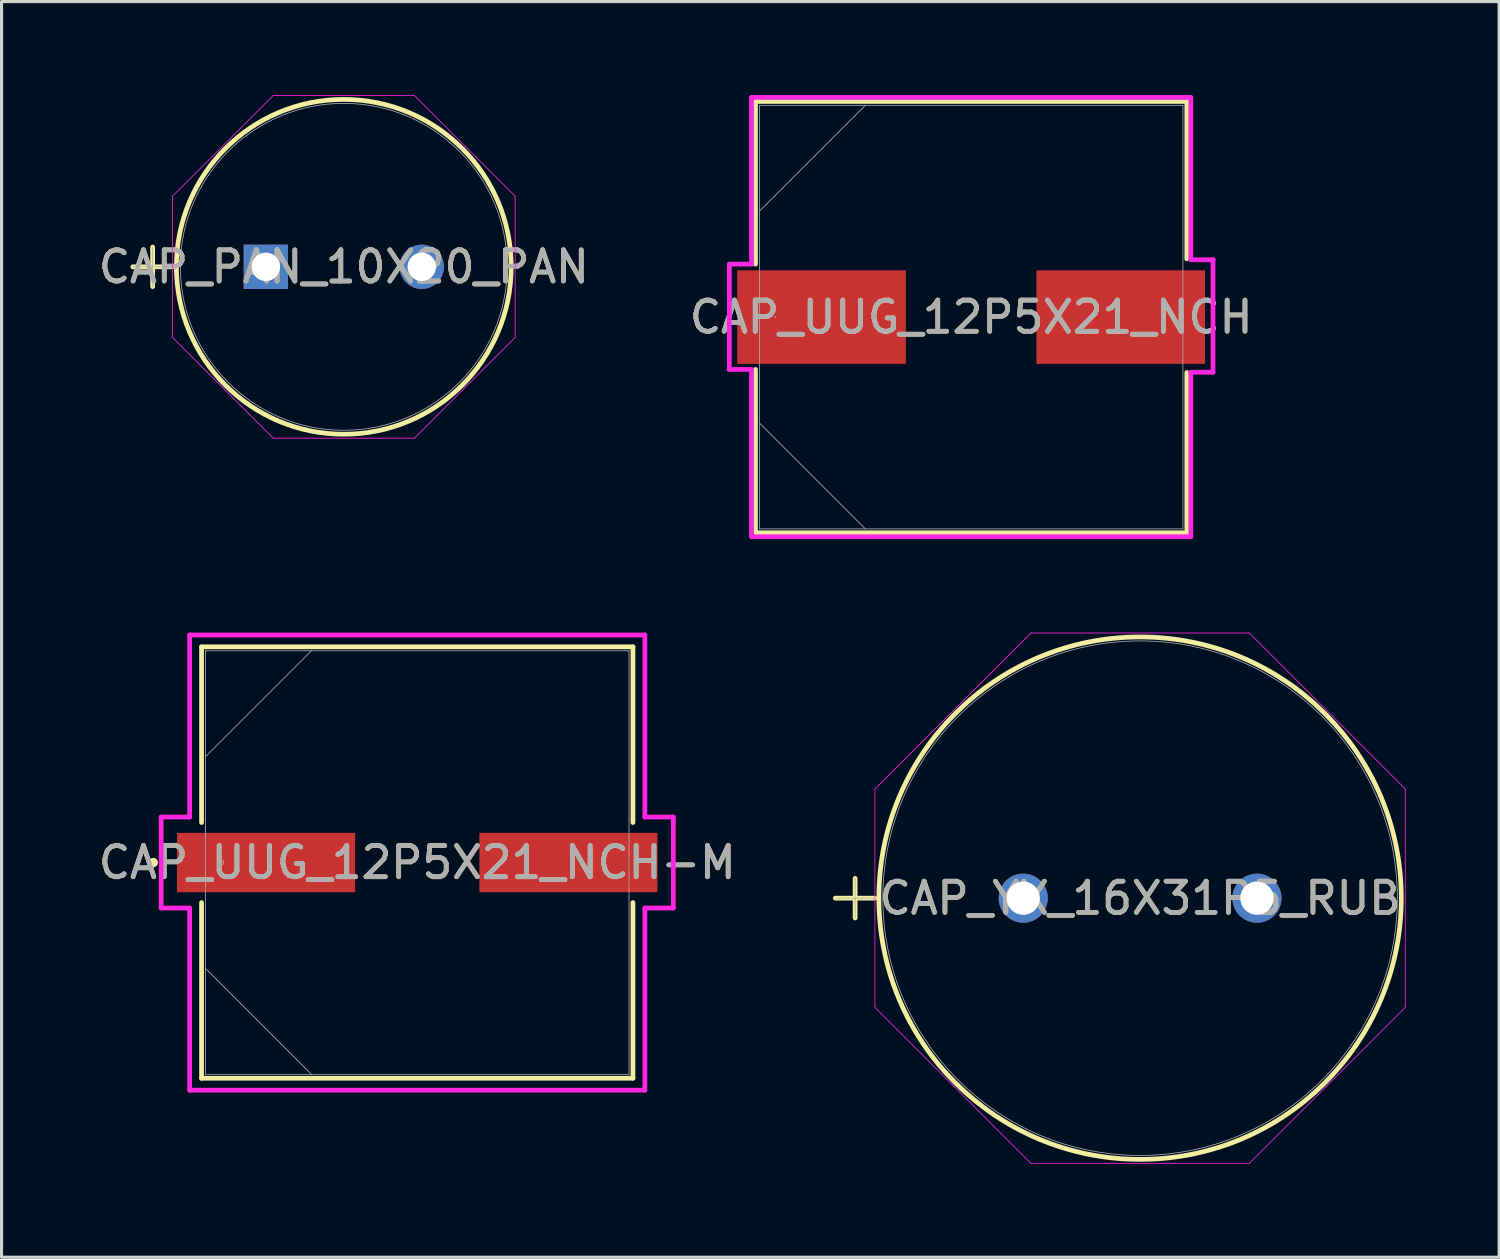
<source format=kicad_pcb>
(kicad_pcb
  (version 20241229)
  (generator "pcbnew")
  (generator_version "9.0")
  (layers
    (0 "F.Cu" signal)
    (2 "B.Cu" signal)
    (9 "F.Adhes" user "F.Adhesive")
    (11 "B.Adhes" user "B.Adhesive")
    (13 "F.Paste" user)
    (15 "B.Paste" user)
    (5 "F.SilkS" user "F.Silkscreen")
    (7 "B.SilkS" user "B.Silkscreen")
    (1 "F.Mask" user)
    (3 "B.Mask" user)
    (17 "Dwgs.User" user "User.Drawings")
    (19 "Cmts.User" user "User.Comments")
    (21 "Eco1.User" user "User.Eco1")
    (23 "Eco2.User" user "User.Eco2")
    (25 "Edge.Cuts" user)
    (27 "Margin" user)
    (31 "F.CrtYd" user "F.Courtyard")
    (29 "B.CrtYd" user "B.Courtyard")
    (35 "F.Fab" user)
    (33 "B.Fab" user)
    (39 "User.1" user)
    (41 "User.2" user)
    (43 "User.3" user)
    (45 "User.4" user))
  (footprint "CAP_PAN_10X20_PAN"
    (layer "F.Cu")
    (at 5.48 5.512)
    (property "Reference" "CAP_PAN_10X20_PAN" (at 2.502 0 0) (unlocked yes) (layer "F.SilkS") (effects (font (size 1 1) (thickness 0.15))))
    (attr through_hole)
    (fp_line (start -4.267 0) (end -2.997 0) (stroke (width 0.152) (type solid)) (layer "F.SilkS"))
    (fp_line (start -3.632 -0.635) (end -3.632 0.635) (stroke (width 0.152) (type solid)) (layer "F.SilkS"))
    (fp_circle (center 2.502 0) (end 7.874 0) (stroke (width 0.152) (type solid)) (fill no) (layer "F.SilkS"))
    (fp_line (start -2.997 -2.264) (end 0.238 -5.499) (stroke (width 0.025) (type solid)) (layer "F.CrtYd"))
    (fp_line (start -2.997 2.264) (end -2.997 -2.264) (stroke (width 0.025) (type solid)) (layer "F.CrtYd"))
    (fp_line (start 0.238 -5.499) (end 4.766 -5.499) (stroke (width 0.025) (type solid)) (layer "F.CrtYd"))
    (fp_line (start 0.238 5.499) (end -2.997 2.264) (stroke (width 0.025) (type solid)) (layer "F.CrtYd"))
    (fp_line (start 4.766 -5.499) (end 8.001 -2.264) (stroke (width 0.025) (type solid)) (layer "F.CrtYd"))
    (fp_line (start 4.766 5.499) (end 0.238 5.499) (stroke (width 0.025) (type solid)) (layer "F.CrtYd"))
    (fp_line (start 8.001 -2.264) (end 8.001 2.264) (stroke (width 0.025) (type solid)) (layer "F.CrtYd"))
    (fp_line (start 8.001 2.264) (end 4.766 5.499) (stroke (width 0.025) (type solid)) (layer "F.CrtYd"))
    (fp_line (start -4.267 0) (end -2.997 0) (stroke (width 0.025) (type solid)) (layer "F.Fab"))
    (fp_line (start -3.632 -0.635) (end -3.632 0.635) (stroke (width 0.025) (type solid)) (layer "F.Fab"))
    (fp_circle (center 2.502 0) (end 7.747 0) (stroke (width 0.025) (type solid)) (fill no) (layer "F.Fab"))
    (fp_text user "${REFERENCE}" (at 2.502 0 0) (unlocked yes) (layer "F.Fab") (effects (font (size 1 1) (thickness 0.15))))
    (pad "1" thru_hole rect (at 0 0) (size 1.422 1.422) (drill 0.914) (layers "*.Cu" "*.Mask"))
    (pad "2" thru_hole circle (at 5.004 0) (size 1.422 1.422) (drill 0.914) (layers "*.Cu" "*.Mask")))
  (footprint "CAP_YX_16X31P5_RUB"
    (layer "F.Cu")
    (at 29.784 25.771)
    (property "Reference" "CAP_YX_16X31P5_RUB" (at 3.75 0 0) (unlocked yes) (layer "F.SilkS") (effects (font (size 1 1) (thickness 0.15))))
    (attr through_hole)
    (fp_line (start -6.029 0) (end -4.759 0) (stroke (width 0.152) (type solid)) (layer "F.SilkS"))
    (fp_line (start -5.394 -0.635) (end -5.394 0.635) (stroke (width 0.152) (type solid)) (layer "F.SilkS"))
    (fp_circle (center 3.75 0) (end 12.132 0) (stroke (width 0.152) (type solid)) (fill no) (layer "F.SilkS"))
    (fp_line (start -4.759 -3.504) (end 0.246 -8.509) (stroke (width 0.025) (type solid)) (layer "F.CrtYd"))
    (fp_line (start -4.759 3.504) (end -4.759 -3.504) (stroke (width 0.025) (type solid)) (layer "F.CrtYd"))
    (fp_line (start 0.246 -8.509) (end 7.254 -8.509) (stroke (width 0.025) (type solid)) (layer "F.CrtYd"))
    (fp_line (start 0.246 8.509) (end -4.759 3.504) (stroke (width 0.025) (type solid)) (layer "F.CrtYd"))
    (fp_line (start 7.254 -8.509) (end 12.259 -3.504) (stroke (width 0.025) (type solid)) (layer "F.CrtYd"))
    (fp_line (start 7.254 8.509) (end 0.246 8.509) (stroke (width 0.025) (type solid)) (layer "F.CrtYd"))
    (fp_line (start 12.259 -3.504) (end 12.259 3.504) (stroke (width 0.025) (type solid)) (layer "F.CrtYd"))
    (fp_line (start 12.259 3.504) (end 7.254 8.509) (stroke (width 0.025) (type solid)) (layer "F.CrtYd"))
    (fp_line (start -6.029 0) (end -4.759 0) (stroke (width 0.025) (type solid)) (layer "F.Fab"))
    (fp_line (start -5.394 -0.635) (end -5.394 0.635) (stroke (width 0.025) (type solid)) (layer "F.Fab"))
    (fp_circle (center 3.75 0) (end 12.005 0) (stroke (width 0.025) (type solid)) (fill no) (layer "F.Fab"))
    (fp_text user "${REFERENCE}" (at 3.75 0 0) (unlocked yes) (layer "F.Fab") (effects (font (size 1 1) (thickness 0.15))))
    (pad "1" thru_hole circle (at 0 0) (size 1.575 1.575) (drill 1.067) (layers "*.Cu" "*.Mask"))
    (pad "2" thru_hole circle (at 7.5 0) (size 1.575 1.575) (drill 1.067) (layers "*.Cu" "*.Mask")))
  (footprint "CAP_UUG_12P5X21_NCH-M"
    (layer "F.Cu")
    (at 10.339 24.628)
    (property "Reference" "CAP_UUG_12P5X21_NCH-M" (at 0 0 0) (unlocked yes) (layer "F.SilkS") (effects (font (size 1 1) (thickness 0.15))))
    (attr smd)
    (fp_line (start -6.921 -6.921) (end -6.921 -1.285) (stroke (width 0.152) (type solid)) (layer "F.SilkS"))
    (fp_line (start -6.921 1.285) (end -6.921 6.921) (stroke (width 0.152) (type solid)) (layer "F.SilkS"))
    (fp_line (start -6.921 6.921) (end 6.921 6.921) (stroke (width 0.152) (type solid)) (layer "F.SilkS"))
    (fp_line (start 6.921 -6.921) (end -6.921 -6.921) (stroke (width 0.152) (type solid)) (layer "F.SilkS"))
    (fp_line (start 6.921 -1.285) (end 6.921 -6.921) (stroke (width 0.152) (type solid)) (layer "F.SilkS"))
    (fp_line (start 6.921 6.921) (end 6.921 1.285) (stroke (width 0.152) (type solid)) (layer "F.SilkS"))
    (fp_circle (center -8.471 0) (end -8.395 0) (stroke (width 0.152) (type solid)) (fill no) (layer "F.SilkS"))
    (fp_line (start -8.217 -1.46) (end -7.303 -1.46) (stroke (width 0.152) (type solid)) (layer "F.CrtYd"))
    (fp_line (start -8.217 1.46) (end -8.217 -1.46) (stroke (width 0.152) (type solid)) (layer "F.CrtYd"))
    (fp_line (start -7.303 -7.303) (end 7.303 -7.303) (stroke (width 0.152) (type solid)) (layer "F.CrtYd"))
    (fp_line (start -7.303 -1.46) (end -7.303 -7.303) (stroke (width 0.152) (type solid)) (layer "F.CrtYd"))
    (fp_line (start -7.303 1.46) (end -8.217 1.46) (stroke (width 0.152) (type solid)) (layer "F.CrtYd"))
    (fp_line (start -7.303 7.303) (end -7.303 1.46) (stroke (width 0.152) (type solid)) (layer "F.CrtYd"))
    (fp_line (start 7.303 -7.303) (end 7.303 -1.46) (stroke (width 0.152) (type solid)) (layer "F.CrtYd"))
    (fp_line (start 7.303 -1.46) (end 8.217 -1.46) (stroke (width 0.152) (type solid)) (layer "F.CrtYd"))
    (fp_line (start 7.303 1.46) (end 7.303 7.303) (stroke (width 0.152) (type solid)) (layer "F.CrtYd"))
    (fp_line (start 7.303 7.303) (end -7.303 7.303) (stroke (width 0.152) (type solid)) (layer "F.CrtYd"))
    (fp_line (start 8.217 -1.46) (end 8.217 1.46) (stroke (width 0.152) (type solid)) (layer "F.CrtYd"))
    (fp_line (start 8.217 1.46) (end 7.303 1.46) (stroke (width 0.152) (type solid)) (layer "F.CrtYd"))
    (fp_line (start -6.795 -6.795) (end -6.795 6.795) (stroke (width 0.025) (type solid)) (layer "F.Fab"))
    (fp_line (start -6.795 -3.397) (end -3.397 -6.795) (stroke (width 0.025) (type solid)) (layer "F.Fab"))
    (fp_line (start -6.795 3.397) (end -3.397 6.795) (stroke (width 0.025) (type solid)) (layer "F.Fab"))
    (fp_line (start -6.795 6.795) (end 6.795 6.795) (stroke (width 0.025) (type solid)) (layer "F.Fab"))
    (fp_line (start 6.795 -6.795) (end -6.795 -6.795) (stroke (width 0.025) (type solid)) (layer "F.Fab"))
    (fp_line (start 6.795 6.795) (end 6.795 -6.795) (stroke (width 0.025) (type solid)) (layer "F.Fab"))
    (fp_circle (center -6.287 0) (end -6.21 0) (stroke (width 0.025) (type solid)) (fill no) (layer "F.Fab"))
    (fp_text user "${REFERENCE}" (at 0 0 0) (unlocked yes) (layer "F.Fab") (effects (font (size 1 1) (thickness 0.15))))
    (pad "1" smd rect (at -4.851 0) (size 5.715 1.905) (layers "F.Cu" "F.Mask" "F.Paste"))
    (pad "2" smd rect (at 4.851 0) (size 5.715 1.905) (layers "F.Cu" "F.Mask" "F.Paste"))
    (zone (net_name "") (layer "F.Cu") (hatch full 0.508) (connect_pads) (min_thickness 0.254) (filled_areas_thickness no) (keepout (tracks not_allowed) (vias not_allowed) (pads allowed) (copperpour not_allowed) (footprints allowed)) (placement (enabled no)) (fill) (polygon (pts (xy 3.596 17.884) (xy 17.083 17.884) (xy 17.083 23.625) (xy 3.596 23.625))))
    (zone (net_name "") (layer "F.Cu") (hatch full 0.508) (connect_pads) (min_thickness 0.254) (filled_areas_thickness no) (keepout (tracks not_allowed) (vias not_allowed) (pads allowed) (copperpour not_allowed) (footprints allowed)) (placement (enabled no)) (fill) (polygon (pts (xy 3.596 25.631) (xy 17.083 25.631) (xy 17.083 31.372) (xy 3.596 31.372))))
    (zone (net_name "") (layer "F.Cu") (hatch full 0.508) (connect_pads) (min_thickness 0.254) (filled_areas_thickness no) (keepout (tracks not_allowed) (vias not_allowed) (pads allowed) (copperpour not_allowed) (footprints allowed)) (placement (enabled no)) (fill) (polygon (pts (xy 8.396 23.625) (xy 12.282 23.625) (xy 12.282 25.631) (xy 8.396 25.631)))))
  (footprint "CAP_UUG_12P5X21_NCH"
    (layer "F.Cu")
    (at 28.113 7.125)
    (property "Reference" "CAP_UUG_12P5X21_NCH" (at 0 0 0) (unlocked yes) (layer "F.SilkS") (effects (font (size 1 1) (thickness 0.15))))
    (attr smd)
    (fp_line (start -6.921 -6.921) (end -6.921 -1.7) (stroke (width 0.152) (type solid)) (layer "F.SilkS"))
    (fp_line (start -6.921 1.68) (end -6.921 6.921) (stroke (width 0.152) (type solid)) (layer "F.SilkS"))
    (fp_line (start -6.921 6.921) (end 6.921 6.921) (stroke (width 0.152) (type solid)) (layer "F.SilkS"))
    (fp_line (start 6.921 -6.921) (end -6.921 -6.921) (stroke (width 0.152) (type solid)) (layer "F.SilkS"))
    (fp_line (start 6.921 -1.87) (end 6.921 -6.921) (stroke (width 0.152) (type solid)) (layer "F.SilkS"))
    (fp_line (start 6.921 6.921) (end 6.921 1.78) (stroke (width 0.152) (type solid)) (layer "F.SilkS"))
    (fp_line (start -7.76 1.68) (end -7.76 -1.7) (stroke (width 0.152) (type solid)) (layer "F.CrtYd"))
    (fp_line (start -7.756 -1.7) (end -7.044 -1.7) (stroke (width 0.152) (type solid)) (layer "F.CrtYd"))
    (fp_line (start -7.054 1.68) (end -7.766 1.68) (stroke (width 0.152) (type solid)) (layer "F.CrtYd"))
    (fp_line (start -7.048 -7.048) (end 7.048 -7.048) (stroke (width 0.152) (type solid)) (layer "F.CrtYd"))
    (fp_line (start -7.048 -1.7) (end -7.048 -7.048) (stroke (width 0.152) (type solid)) (layer "F.CrtYd"))
    (fp_line (start -7.048 7.048) (end -7.048 1.69) (stroke (width 0.152) (type solid)) (layer "F.CrtYd"))
    (fp_line (start 7.048 -7.048) (end 7.048 -1.85) (stroke (width 0.152) (type solid)) (layer "F.CrtYd"))
    (fp_line (start 7.048 1.77) (end 7.048 7.048) (stroke (width 0.152) (type solid)) (layer "F.CrtYd"))
    (fp_line (start 7.048 7.048) (end -7.048 7.048) (stroke (width 0.152) (type solid)) (layer "F.CrtYd"))
    (fp_line (start 7.054 -1.84) (end 7.766 -1.84) (stroke (width 0.152) (type solid)) (layer "F.CrtYd"))
    (fp_line (start 7.76 -1.84) (end 7.76 1.77) (stroke (width 0.152) (type solid)) (layer "F.CrtYd"))
    (fp_line (start 7.761 1.77) (end 7.05 1.77) (stroke (width 0.152) (type solid)) (layer "F.CrtYd"))
    (fp_line (start -6.795 -6.795) (end -6.795 6.795) (stroke (width 0.025) (type solid)) (layer "F.Fab"))
    (fp_line (start -6.795 -3.397) (end -3.397 -6.795) (stroke (width 0.025) (type solid)) (layer "F.Fab"))
    (fp_line (start -6.795 3.397) (end -3.397 6.795) (stroke (width 0.025) (type solid)) (layer "F.Fab"))
    (fp_line (start -6.795 6.795) (end 6.795 6.795) (stroke (width 0.025) (type solid)) (layer "F.Fab"))
    (fp_line (start 6.795 -6.795) (end -6.795 -6.795) (stroke (width 0.025) (type solid)) (layer "F.Fab"))
    (fp_line (start 6.795 6.795) (end 6.795 -6.795) (stroke (width 0.025) (type solid)) (layer "F.Fab"))
    (fp_circle (center -6.287 0) (end -6.287 0) (stroke (width 0.025) (type solid)) (fill no) (layer "F.Fab"))
    (fp_text user "${REFERENCE}" (at 0 0 0) (unlocked yes) (layer "F.Fab") (effects (font (size 1 1) (thickness 0.15))))
    (pad "1" smd rect (at -4.801 0) (size 5.41 3) (layers "F.Cu" "F.Mask" "F.Paste"))
    (pad "2" smd rect (at 4.801 0) (size 5.41 3) (layers "F.Cu" "F.Mask" "F.Paste")))
  (gr_rect
    (start -3 -3)
    (end 45.055 37.293)
    (stroke (width 0.1) (type default))
    (fill no)
    (layer "Edge.Cuts")))
</source>
